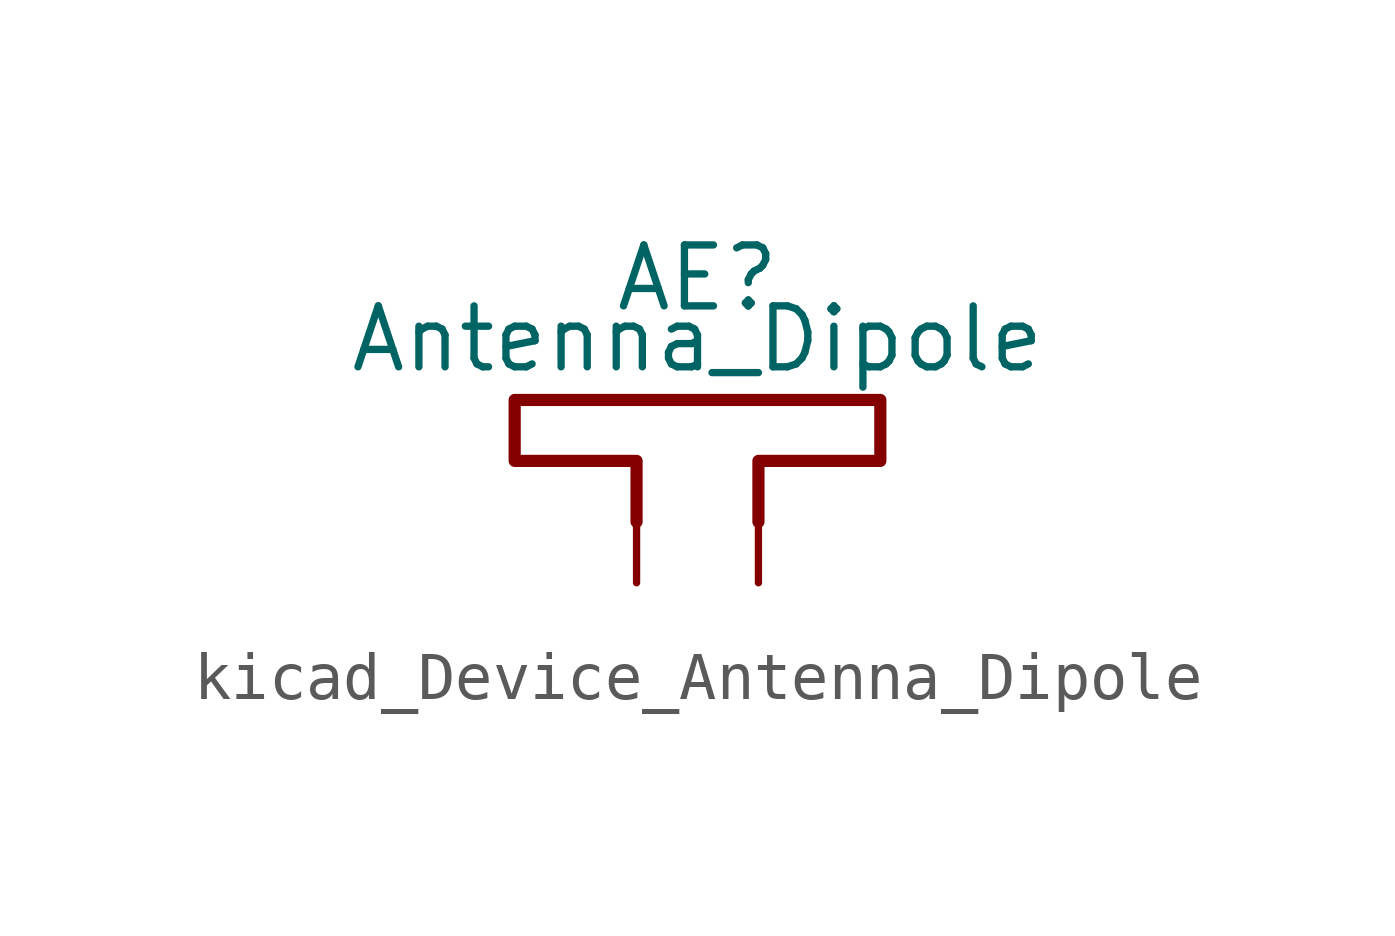
<source format=kicad_sym>
(kicad_symbol_lib
  (version 20220914)
  (generator kicad_symbol_editor)
  (symbol "kicad_Device_Antenna_Dipole"
    (pin_numbers hide)
    (pin_names
      (offset 1.016) hide)
    (property "Reference" "AE"
      (at 1.27 1.27 0)
      (effects (font (size 1.27 1.27))))
    (property "Value" "Antenna_Dipole"
      (at 1.27 0 0)
      (effects (font (size 1.27 1.27))))
    (symbol "kicad_Device_Antenna_Dipole_0_1"
      (polyline (pts (xy 2.54 -3.81) (xy 2.54 -2.54) (xy 5.08 -2.54) (xy 5.08 -1.27) (xy -2.54 -1.27) (xy -2.54 -2.54) (xy 0 -2.54) (xy 0 -3.81)) (stroke (width 0.254) (type default)) (fill (type none))))
    (symbol "kicad_Device_Antenna_Dipole_1_1"
      (pin input line (at 0 -5.08 90) (length 2.54) (name "~" (effects (font (size 1.27 1.27)))) (number "1" (effects (font (size 1.27 1.27)))))
      (pin input line (at 2.54 -5.08 90) (length 2.54) (name "~" (effects (font (size 1.27 1.27)))) (number "2" (effects (font (size 1.27 1.27))))))))
</source>
